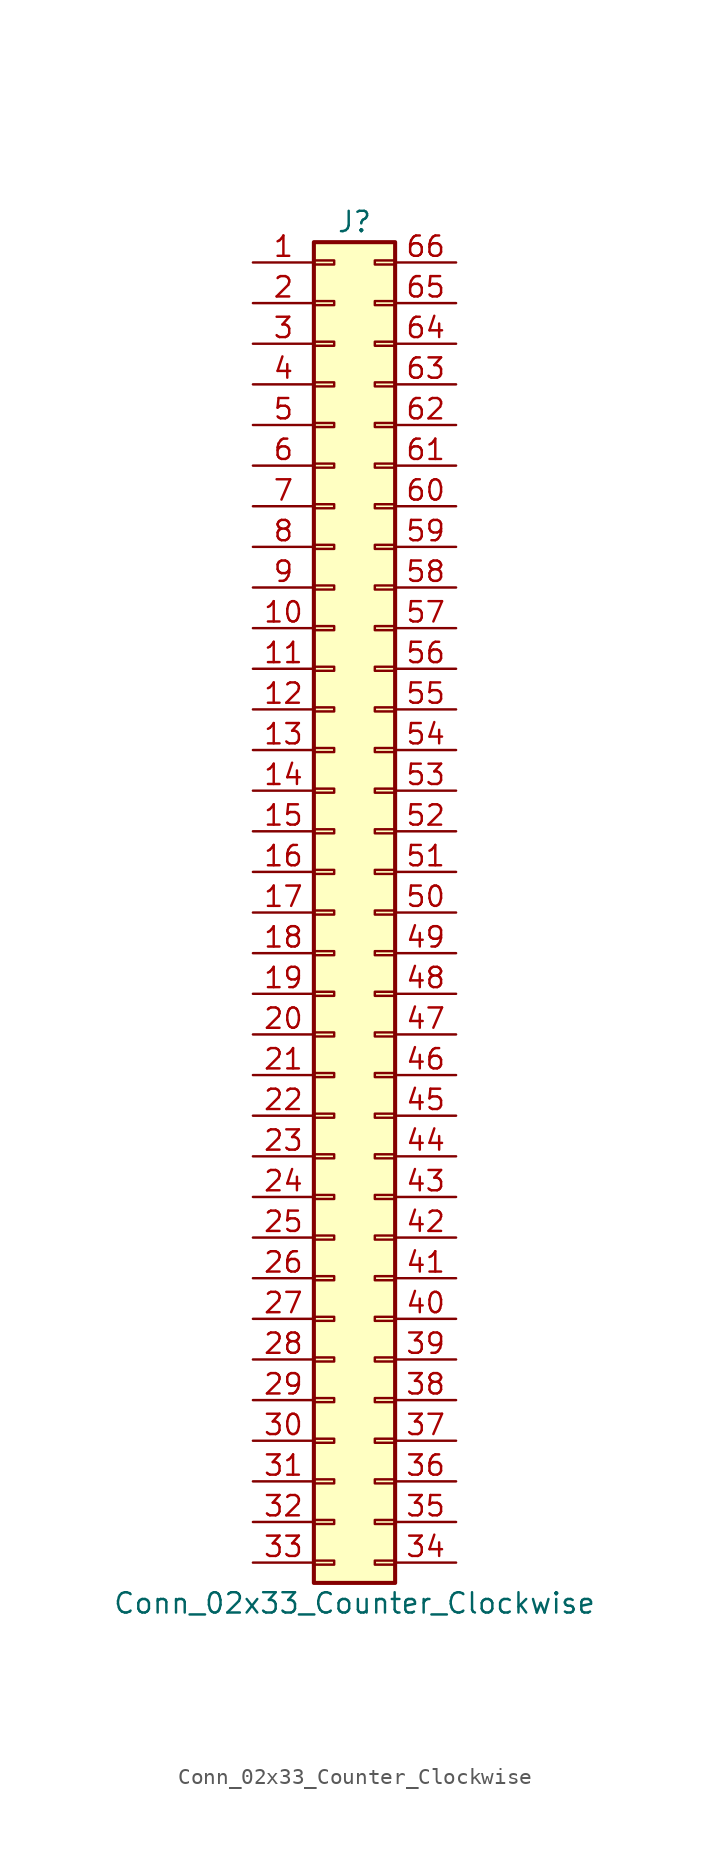
<source format=kicad_sym>
(kicad_symbol_lib
  (version 20220914)
  (generator kicad_symbol_editor)
  (symbol "Conn_02x33_Counter_Clockwise"
    (pin_names
      (offset 1.016) hide)
    (property "Reference" "J"
      (at 1.27 43.18 0)
      (effects (font (size 1.27 1.27))))
    (property "Value" "Conn_02x33_Counter_Clockwise"
      (at 1.27 -43.18 0)
      (effects (font (size 1.27 1.27))))
    (symbol "Conn_02x33_Counter_Clockwise_1_1"
      (rectangle (start -1.27 -40.513) (end 0 -40.767) (stroke (width 0.152) (type solid)) (fill (type none)))
      (rectangle (start -1.27 -37.973) (end 0 -38.227) (stroke (width 0.152) (type solid)) (fill (type none)))
      (rectangle (start -1.27 -35.433) (end 0 -35.687) (stroke (width 0.152) (type solid)) (fill (type none)))
      (rectangle (start -1.27 -32.893) (end 0 -33.147) (stroke (width 0.152) (type solid)) (fill (type none)))
      (rectangle (start -1.27 -30.353) (end 0 -30.607) (stroke (width 0.152) (type solid)) (fill (type none)))
      (rectangle (start -1.27 -27.813) (end 0 -28.067) (stroke (width 0.152) (type solid)) (fill (type none)))
      (rectangle (start -1.27 -25.273) (end 0 -25.527) (stroke (width 0.152) (type solid)) (fill (type none)))
      (rectangle (start -1.27 -22.733) (end 0 -22.987) (stroke (width 0.152) (type solid)) (fill (type none)))
      (rectangle (start -1.27 -20.193) (end 0 -20.447) (stroke (width 0.152) (type solid)) (fill (type none)))
      (rectangle (start -1.27 -17.653) (end 0 -17.907) (stroke (width 0.152) (type solid)) (fill (type none)))
      (rectangle (start -1.27 -15.113) (end 0 -15.367) (stroke (width 0.152) (type solid)) (fill (type none)))
      (rectangle (start -1.27 -12.573) (end 0 -12.827) (stroke (width 0.152) (type solid)) (fill (type none)))
      (rectangle (start -1.27 -10.033) (end 0 -10.287) (stroke (width 0.152) (type solid)) (fill (type none)))
      (rectangle (start -1.27 -7.493) (end 0 -7.747) (stroke (width 0.152) (type solid)) (fill (type none)))
      (rectangle (start -1.27 -4.953) (end 0 -5.207) (stroke (width 0.152) (type solid)) (fill (type none)))
      (rectangle (start -1.27 -2.413) (end 0 -2.667) (stroke (width 0.152) (type solid)) (fill (type none)))
      (rectangle (start -1.27 0.127) (end 0 -0.127) (stroke (width 0.152) (type solid)) (fill (type none)))
      (rectangle (start -1.27 2.667) (end 0 2.413) (stroke (width 0.152) (type solid)) (fill (type none)))
      (rectangle (start -1.27 5.207) (end 0 4.953) (stroke (width 0.152) (type solid)) (fill (type none)))
      (rectangle (start -1.27 7.747) (end 0 7.493) (stroke (width 0.152) (type solid)) (fill (type none)))
      (rectangle (start -1.27 10.287) (end 0 10.033) (stroke (width 0.152) (type solid)) (fill (type none)))
      (rectangle (start -1.27 12.827) (end 0 12.573) (stroke (width 0.152) (type solid)) (fill (type none)))
      (rectangle (start -1.27 15.367) (end 0 15.113) (stroke (width 0.152) (type solid)) (fill (type none)))
      (rectangle (start -1.27 17.907) (end 0 17.653) (stroke (width 0.152) (type solid)) (fill (type none)))
      (rectangle (start -1.27 20.447) (end 0 20.193) (stroke (width 0.152) (type solid)) (fill (type none)))
      (rectangle (start -1.27 22.987) (end 0 22.733) (stroke (width 0.152) (type solid)) (fill (type none)))
      (rectangle (start -1.27 25.527) (end 0 25.273) (stroke (width 0.152) (type solid)) (fill (type none)))
      (rectangle (start -1.27 28.067) (end 0 27.813) (stroke (width 0.152) (type solid)) (fill (type none)))
      (rectangle (start -1.27 30.607) (end 0 30.353) (stroke (width 0.152) (type solid)) (fill (type none)))
      (rectangle (start -1.27 33.147) (end 0 32.893) (stroke (width 0.152) (type solid)) (fill (type none)))
      (rectangle (start -1.27 35.687) (end 0 35.433) (stroke (width 0.152) (type solid)) (fill (type none)))
      (rectangle (start -1.27 38.227) (end 0 37.973) (stroke (width 0.152) (type solid)) (fill (type none)))
      (rectangle (start -1.27 40.767) (end 0 40.513) (stroke (width 0.152) (type solid)) (fill (type none)))
      (rectangle (start -1.27 41.91) (end 3.81 -41.91) (stroke (width 0.254) (type solid)) (fill (type background)))
      (rectangle (start 3.81 -40.513) (end 2.54 -40.767) (stroke (width 0.152) (type solid)) (fill (type none)))
      (rectangle (start 3.81 -37.973) (end 2.54 -38.227) (stroke (width 0.152) (type solid)) (fill (type none)))
      (rectangle (start 3.81 -35.433) (end 2.54 -35.687) (stroke (width 0.152) (type solid)) (fill (type none)))
      (rectangle (start 3.81 -32.893) (end 2.54 -33.147) (stroke (width 0.152) (type solid)) (fill (type none)))
      (rectangle (start 3.81 -30.353) (end 2.54 -30.607) (stroke (width 0.152) (type solid)) (fill (type none)))
      (rectangle (start 3.81 -27.813) (end 2.54 -28.067) (stroke (width 0.152) (type solid)) (fill (type none)))
      (rectangle (start 3.81 -25.273) (end 2.54 -25.527) (stroke (width 0.152) (type solid)) (fill (type none)))
      (rectangle (start 3.81 -22.733) (end 2.54 -22.987) (stroke (width 0.152) (type solid)) (fill (type none)))
      (rectangle (start 3.81 -20.193) (end 2.54 -20.447) (stroke (width 0.152) (type solid)) (fill (type none)))
      (rectangle (start 3.81 -17.653) (end 2.54 -17.907) (stroke (width 0.152) (type solid)) (fill (type none)))
      (rectangle (start 3.81 -15.113) (end 2.54 -15.367) (stroke (width 0.152) (type solid)) (fill (type none)))
      (rectangle (start 3.81 -12.573) (end 2.54 -12.827) (stroke (width 0.152) (type solid)) (fill (type none)))
      (rectangle (start 3.81 -10.033) (end 2.54 -10.287) (stroke (width 0.152) (type solid)) (fill (type none)))
      (rectangle (start 3.81 -7.493) (end 2.54 -7.747) (stroke (width 0.152) (type solid)) (fill (type none)))
      (rectangle (start 3.81 -4.953) (end 2.54 -5.207) (stroke (width 0.152) (type solid)) (fill (type none)))
      (rectangle (start 3.81 -2.413) (end 2.54 -2.667) (stroke (width 0.152) (type solid)) (fill (type none)))
      (rectangle (start 3.81 0.127) (end 2.54 -0.127) (stroke (width 0.152) (type solid)) (fill (type none)))
      (rectangle (start 3.81 2.667) (end 2.54 2.413) (stroke (width 0.152) (type solid)) (fill (type none)))
      (rectangle (start 3.81 5.207) (end 2.54 4.953) (stroke (width 0.152) (type solid)) (fill (type none)))
      (rectangle (start 3.81 7.747) (end 2.54 7.493) (stroke (width 0.152) (type solid)) (fill (type none)))
      (rectangle (start 3.81 10.287) (end 2.54 10.033) (stroke (width 0.152) (type solid)) (fill (type none)))
      (rectangle (start 3.81 12.827) (end 2.54 12.573) (stroke (width 0.152) (type solid)) (fill (type none)))
      (rectangle (start 3.81 15.367) (end 2.54 15.113) (stroke (width 0.152) (type solid)) (fill (type none)))
      (rectangle (start 3.81 17.907) (end 2.54 17.653) (stroke (width 0.152) (type solid)) (fill (type none)))
      (rectangle (start 3.81 20.447) (end 2.54 20.193) (stroke (width 0.152) (type solid)) (fill (type none)))
      (rectangle (start 3.81 22.987) (end 2.54 22.733) (stroke (width 0.152) (type solid)) (fill (type none)))
      (rectangle (start 3.81 25.527) (end 2.54 25.273) (stroke (width 0.152) (type solid)) (fill (type none)))
      (rectangle (start 3.81 28.067) (end 2.54 27.813) (stroke (width 0.152) (type solid)) (fill (type none)))
      (rectangle (start 3.81 30.607) (end 2.54 30.353) (stroke (width 0.152) (type solid)) (fill (type none)))
      (rectangle (start 3.81 33.147) (end 2.54 32.893) (stroke (width 0.152) (type solid)) (fill (type none)))
      (rectangle (start 3.81 35.687) (end 2.54 35.433) (stroke (width 0.152) (type solid)) (fill (type none)))
      (rectangle (start 3.81 38.227) (end 2.54 37.973) (stroke (width 0.152) (type solid)) (fill (type none)))
      (rectangle (start 3.81 40.767) (end 2.54 40.513) (stroke (width 0.152) (type solid)) (fill (type none)))
      (pin passive line (at -5.08 40.64 0) (length 3.81) (name "Pin_1" (effects (font (size 1.27 1.27)))) (number "1" (effects (font (size 1.27 1.27)))))
      (pin passive line (at -5.08 17.78 0) (length 3.81) (name "Pin_10" (effects (font (size 1.27 1.27)))) (number "10" (effects (font (size 1.27 1.27)))))
      (pin passive line (at -5.08 15.24 0) (length 3.81) (name "Pin_11" (effects (font (size 1.27 1.27)))) (number "11" (effects (font (size 1.27 1.27)))))
      (pin passive line (at -5.08 12.7 0) (length 3.81) (name "Pin_12" (effects (font (size 1.27 1.27)))) (number "12" (effects (font (size 1.27 1.27)))))
      (pin passive line (at -5.08 10.16 0) (length 3.81) (name "Pin_13" (effects (font (size 1.27 1.27)))) (number "13" (effects (font (size 1.27 1.27)))))
      (pin passive line (at -5.08 7.62 0) (length 3.81) (name "Pin_14" (effects (font (size 1.27 1.27)))) (number "14" (effects (font (size 1.27 1.27)))))
      (pin passive line (at -5.08 5.08 0) (length 3.81) (name "Pin_15" (effects (font (size 1.27 1.27)))) (number "15" (effects (font (size 1.27 1.27)))))
      (pin passive line (at -5.08 2.54 0) (length 3.81) (name "Pin_16" (effects (font (size 1.27 1.27)))) (number "16" (effects (font (size 1.27 1.27)))))
      (pin passive line (at -5.08 0 0) (length 3.81) (name "Pin_17" (effects (font (size 1.27 1.27)))) (number "17" (effects (font (size 1.27 1.27)))))
      (pin passive line (at -5.08 -2.54 0) (length 3.81) (name "Pin_18" (effects (font (size 1.27 1.27)))) (number "18" (effects (font (size 1.27 1.27)))))
      (pin passive line (at -5.08 -5.08 0) (length 3.81) (name "Pin_19" (effects (font (size 1.27 1.27)))) (number "19" (effects (font (size 1.27 1.27)))))
      (pin passive line (at -5.08 38.1 0) (length 3.81) (name "Pin_2" (effects (font (size 1.27 1.27)))) (number "2" (effects (font (size 1.27 1.27)))))
      (pin passive line (at -5.08 -7.62 0) (length 3.81) (name "Pin_20" (effects (font (size 1.27 1.27)))) (number "20" (effects (font (size 1.27 1.27)))))
      (pin passive line (at -5.08 -10.16 0) (length 3.81) (name "Pin_21" (effects (font (size 1.27 1.27)))) (number "21" (effects (font (size 1.27 1.27)))))
      (pin passive line (at -5.08 -12.7 0) (length 3.81) (name "Pin_22" (effects (font (size 1.27 1.27)))) (number "22" (effects (font (size 1.27 1.27)))))
      (pin passive line (at -5.08 -15.24 0) (length 3.81) (name "Pin_23" (effects (font (size 1.27 1.27)))) (number "23" (effects (font (size 1.27 1.27)))))
      (pin passive line (at -5.08 -17.78 0) (length 3.81) (name "Pin_24" (effects (font (size 1.27 1.27)))) (number "24" (effects (font (size 1.27 1.27)))))
      (pin passive line (at -5.08 -20.32 0) (length 3.81) (name "Pin_25" (effects (font (size 1.27 1.27)))) (number "25" (effects (font (size 1.27 1.27)))))
      (pin passive line (at -5.08 -22.86 0) (length 3.81) (name "Pin_26" (effects (font (size 1.27 1.27)))) (number "26" (effects (font (size 1.27 1.27)))))
      (pin passive line (at -5.08 -25.4 0) (length 3.81) (name "Pin_27" (effects (font (size 1.27 1.27)))) (number "27" (effects (font (size 1.27 1.27)))))
      (pin passive line (at -5.08 -27.94 0) (length 3.81) (name "Pin_28" (effects (font (size 1.27 1.27)))) (number "28" (effects (font (size 1.27 1.27)))))
      (pin passive line (at -5.08 -30.48 0) (length 3.81) (name "Pin_29" (effects (font (size 1.27 1.27)))) (number "29" (effects (font (size 1.27 1.27)))))
      (pin passive line (at -5.08 35.56 0) (length 3.81) (name "Pin_3" (effects (font (size 1.27 1.27)))) (number "3" (effects (font (size 1.27 1.27)))))
      (pin passive line (at -5.08 -33.02 0) (length 3.81) (name "Pin_30" (effects (font (size 1.27 1.27)))) (number "30" (effects (font (size 1.27 1.27)))))
      (pin passive line (at -5.08 -35.56 0) (length 3.81) (name "Pin_31" (effects (font (size 1.27 1.27)))) (number "31" (effects (font (size 1.27 1.27)))))
      (pin passive line (at -5.08 -38.1 0) (length 3.81) (name "Pin_32" (effects (font (size 1.27 1.27)))) (number "32" (effects (font (size 1.27 1.27)))))
      (pin passive line (at -5.08 -40.64 0) (length 3.81) (name "Pin_33" (effects (font (size 1.27 1.27)))) (number "33" (effects (font (size 1.27 1.27)))))
      (pin passive line (at 7.62 -40.64 180) (length 3.81) (name "Pin_34" (effects (font (size 1.27 1.27)))) (number "34" (effects (font (size 1.27 1.27)))))
      (pin passive line (at 7.62 -38.1 180) (length 3.81) (name "Pin_35" (effects (font (size 1.27 1.27)))) (number "35" (effects (font (size 1.27 1.27)))))
      (pin passive line (at 7.62 -35.56 180) (length 3.81) (name "Pin_36" (effects (font (size 1.27 1.27)))) (number "36" (effects (font (size 1.27 1.27)))))
      (pin passive line (at 7.62 -33.02 180) (length 3.81) (name "Pin_37" (effects (font (size 1.27 1.27)))) (number "37" (effects (font (size 1.27 1.27)))))
      (pin passive line (at 7.62 -30.48 180) (length 3.81) (name "Pin_38" (effects (font (size 1.27 1.27)))) (number "38" (effects (font (size 1.27 1.27)))))
      (pin passive line (at 7.62 -27.94 180) (length 3.81) (name "Pin_39" (effects (font (size 1.27 1.27)))) (number "39" (effects (font (size 1.27 1.27)))))
      (pin passive line (at -5.08 33.02 0) (length 3.81) (name "Pin_4" (effects (font (size 1.27 1.27)))) (number "4" (effects (font (size 1.27 1.27)))))
      (pin passive line (at 7.62 -25.4 180) (length 3.81) (name "Pin_40" (effects (font (size 1.27 1.27)))) (number "40" (effects (font (size 1.27 1.27)))))
      (pin passive line (at 7.62 -22.86 180) (length 3.81) (name "Pin_41" (effects (font (size 1.27 1.27)))) (number "41" (effects (font (size 1.27 1.27)))))
      (pin passive line (at 7.62 -20.32 180) (length 3.81) (name "Pin_42" (effects (font (size 1.27 1.27)))) (number "42" (effects (font (size 1.27 1.27)))))
      (pin passive line (at 7.62 -17.78 180) (length 3.81) (name "Pin_43" (effects (font (size 1.27 1.27)))) (number "43" (effects (font (size 1.27 1.27)))))
      (pin passive line (at 7.62 -15.24 180) (length 3.81) (name "Pin_44" (effects (font (size 1.27 1.27)))) (number "44" (effects (font (size 1.27 1.27)))))
      (pin passive line (at 7.62 -12.7 180) (length 3.81) (name "Pin_45" (effects (font (size 1.27 1.27)))) (number "45" (effects (font (size 1.27 1.27)))))
      (pin passive line (at 7.62 -10.16 180) (length 3.81) (name "Pin_46" (effects (font (size 1.27 1.27)))) (number "46" (effects (font (size 1.27 1.27)))))
      (pin passive line (at 7.62 -7.62 180) (length 3.81) (name "Pin_47" (effects (font (size 1.27 1.27)))) (number "47" (effects (font (size 1.27 1.27)))))
      (pin passive line (at 7.62 -5.08 180) (length 3.81) (name "Pin_48" (effects (font (size 1.27 1.27)))) (number "48" (effects (font (size 1.27 1.27)))))
      (pin passive line (at 7.62 -2.54 180) (length 3.81) (name "Pin_49" (effects (font (size 1.27 1.27)))) (number "49" (effects (font (size 1.27 1.27)))))
      (pin passive line (at -5.08 30.48 0) (length 3.81) (name "Pin_5" (effects (font (size 1.27 1.27)))) (number "5" (effects (font (size 1.27 1.27)))))
      (pin passive line (at 7.62 0 180) (length 3.81) (name "Pin_50" (effects (font (size 1.27 1.27)))) (number "50" (effects (font (size 1.27 1.27)))))
      (pin passive line (at 7.62 2.54 180) (length 3.81) (name "Pin_51" (effects (font (size 1.27 1.27)))) (number "51" (effects (font (size 1.27 1.27)))))
      (pin passive line (at 7.62 5.08 180) (length 3.81) (name "Pin_52" (effects (font (size 1.27 1.27)))) (number "52" (effects (font (size 1.27 1.27)))))
      (pin passive line (at 7.62 7.62 180) (length 3.81) (name "Pin_53" (effects (font (size 1.27 1.27)))) (number "53" (effects (font (size 1.27 1.27)))))
      (pin passive line (at 7.62 10.16 180) (length 3.81) (name "Pin_54" (effects (font (size 1.27 1.27)))) (number "54" (effects (font (size 1.27 1.27)))))
      (pin passive line (at 7.62 12.7 180) (length 3.81) (name "Pin_55" (effects (font (size 1.27 1.27)))) (number "55" (effects (font (size 1.27 1.27)))))
      (pin passive line (at 7.62 15.24 180) (length 3.81) (name "Pin_56" (effects (font (size 1.27 1.27)))) (number "56" (effects (font (size 1.27 1.27)))))
      (pin passive line (at 7.62 17.78 180) (length 3.81) (name "Pin_57" (effects (font (size 1.27 1.27)))) (number "57" (effects (font (size 1.27 1.27)))))
      (pin passive line (at 7.62 20.32 180) (length 3.81) (name "Pin_58" (effects (font (size 1.27 1.27)))) (number "58" (effects (font (size 1.27 1.27)))))
      (pin passive line (at 7.62 22.86 180) (length 3.81) (name "Pin_59" (effects (font (size 1.27 1.27)))) (number "59" (effects (font (size 1.27 1.27)))))
      (pin passive line (at -5.08 27.94 0) (length 3.81) (name "Pin_6" (effects (font (size 1.27 1.27)))) (number "6" (effects (font (size 1.27 1.27)))))
      (pin passive line (at 7.62 25.4 180) (length 3.81) (name "Pin_60" (effects (font (size 1.27 1.27)))) (number "60" (effects (font (size 1.27 1.27)))))
      (pin passive line (at 7.62 27.94 180) (length 3.81) (name "Pin_61" (effects (font (size 1.27 1.27)))) (number "61" (effects (font (size 1.27 1.27)))))
      (pin passive line (at 7.62 30.48 180) (length 3.81) (name "Pin_62" (effects (font (size 1.27 1.27)))) (number "62" (effects (font (size 1.27 1.27)))))
      (pin passive line (at 7.62 33.02 180) (length 3.81) (name "Pin_63" (effects (font (size 1.27 1.27)))) (number "63" (effects (font (size 1.27 1.27)))))
      (pin passive line (at 7.62 35.56 180) (length 3.81) (name "Pin_64" (effects (font (size 1.27 1.27)))) (number "64" (effects (font (size 1.27 1.27)))))
      (pin passive line (at 7.62 38.1 180) (length 3.81) (name "Pin_65" (effects (font (size 1.27 1.27)))) (number "65" (effects (font (size 1.27 1.27)))))
      (pin passive line (at 7.62 40.64 180) (length 3.81) (name "Pin_66" (effects (font (size 1.27 1.27)))) (number "66" (effects (font (size 1.27 1.27)))))
      (pin passive line (at -5.08 25.4 0) (length 3.81) (name "Pin_7" (effects (font (size 1.27 1.27)))) (number "7" (effects (font (size 1.27 1.27)))))
      (pin passive line (at -5.08 22.86 0) (length 3.81) (name "Pin_8" (effects (font (size 1.27 1.27)))) (number "8" (effects (font (size 1.27 1.27)))))
      (pin passive line (at -5.08 20.32 0) (length 3.81) (name "Pin_9" (effects (font (size 1.27 1.27)))) (number "9" (effects (font (size 1.27 1.27))))))))
</source>
